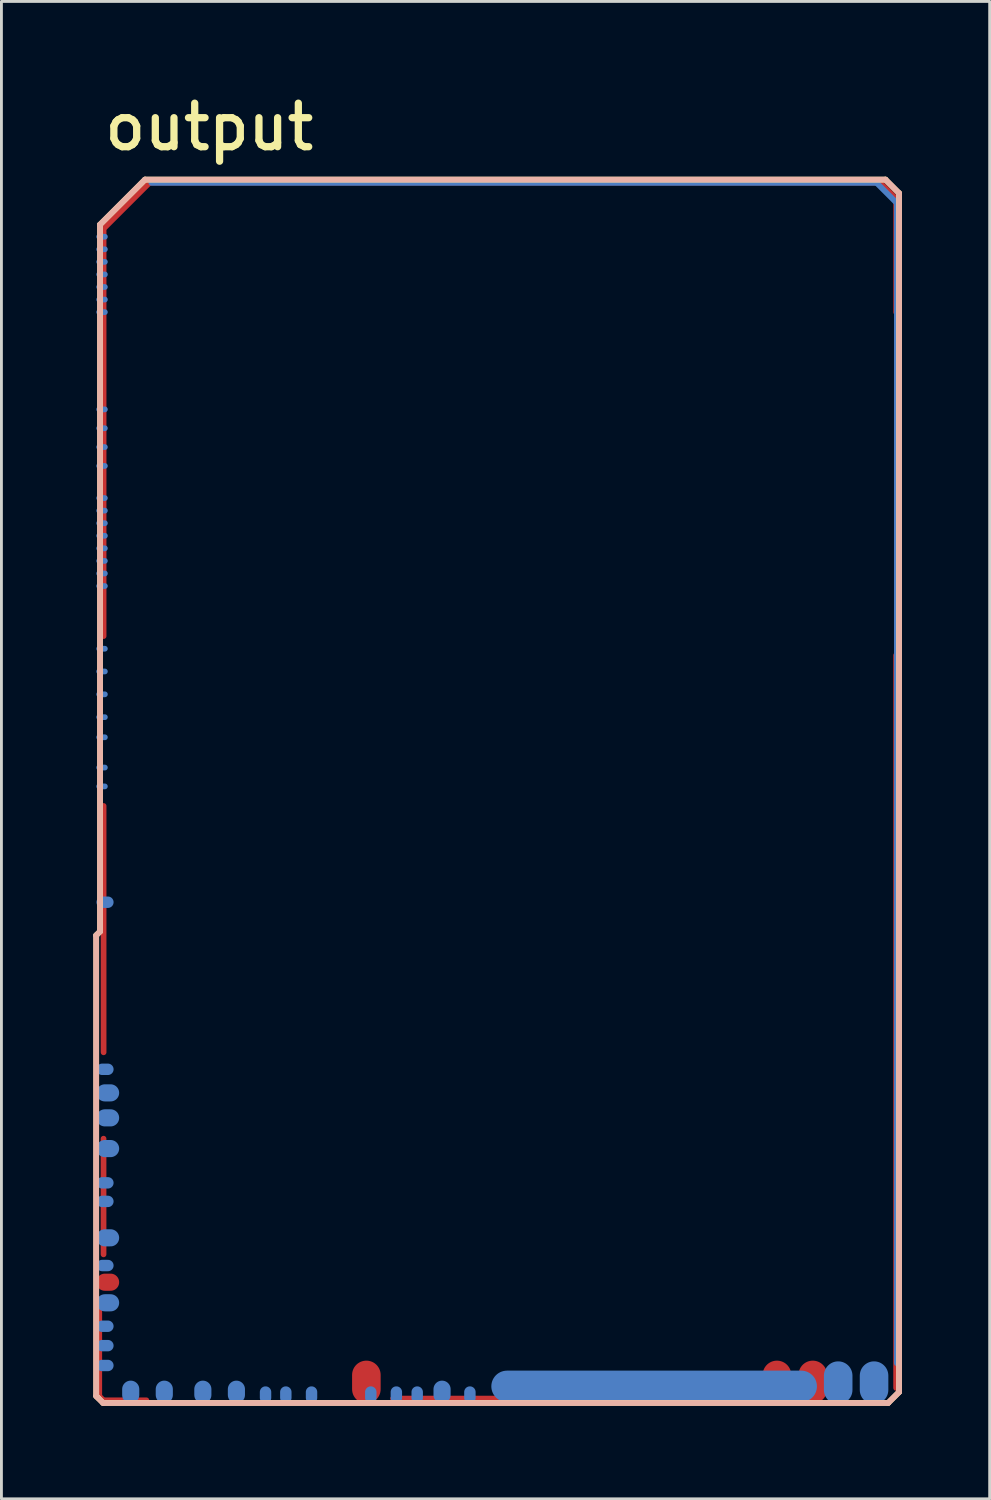
<source format=kicad_pcb>
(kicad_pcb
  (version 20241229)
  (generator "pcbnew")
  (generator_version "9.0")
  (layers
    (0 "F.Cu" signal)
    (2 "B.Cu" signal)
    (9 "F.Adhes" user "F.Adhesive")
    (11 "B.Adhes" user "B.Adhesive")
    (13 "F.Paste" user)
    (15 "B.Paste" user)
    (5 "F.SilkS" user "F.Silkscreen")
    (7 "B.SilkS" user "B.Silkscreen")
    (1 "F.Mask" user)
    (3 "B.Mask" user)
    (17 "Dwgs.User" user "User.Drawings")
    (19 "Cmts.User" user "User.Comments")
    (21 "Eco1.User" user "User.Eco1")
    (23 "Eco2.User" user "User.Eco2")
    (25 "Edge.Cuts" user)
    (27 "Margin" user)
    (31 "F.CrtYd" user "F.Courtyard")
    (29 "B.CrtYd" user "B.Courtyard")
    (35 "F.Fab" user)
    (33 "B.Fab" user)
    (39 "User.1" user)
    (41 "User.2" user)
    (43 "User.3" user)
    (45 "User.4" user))
  (footprint "output"
    (layer "F.Cu")
    (at 0.25 46.177)
    (property "Reference" "output" (at 0.229 -43.891 0) (unlocked yes) (layer "F.SilkS") (effects (font (size 1.524 1.524) (thickness 0.254)) (justify left bottom)))
    (attr through_hole)
    (fp_line (start 0.07 -16.482) (end 0.202 -16.614) (stroke (width 0.2) (type solid)) (layer "F.SilkS"))
    (fp_line (start 0.07 -0.35) (end 0.07 -16.482) (stroke (width 0.2) (type solid)) (layer "F.SilkS"))
    (fp_line (start 0.07 -0.35) (end 0.131 -0.289) (stroke (width 0.2) (type solid)) (layer "F.SilkS"))
    (fp_line (start 0.131 -0.289) (end 0.31 -0.109) (stroke (width 0.2) (type solid)) (layer "F.SilkS"))
    (fp_line (start 0.202 -41.364) (end 1.777 -42.939) (stroke (width 0.2) (type solid)) (layer "F.SilkS"))
    (fp_line (start 0.202 -16.614) (end 0.202 -41.364) (stroke (width 0.2) (type solid)) (layer "F.SilkS"))
    (fp_line (start 0.31 -0.109) (end 27.797 -0.109) (stroke (width 0.2) (type solid)) (layer "F.SilkS"))
    (fp_line (start 1.777 -42.939) (end 27.702 -42.939) (stroke (width 0.2) (type solid)) (layer "F.SilkS"))
    (fp_line (start 27.702 -42.939) (end 28.177 -42.464) (stroke (width 0.2) (type solid)) (layer "F.SilkS"))
    (fp_line (start 27.797 -0.109) (end 28.177 -0.489) (stroke (width 0.2) (type solid)) (layer "F.SilkS"))
    (fp_line (start 28.177 -0.489) (end 28.177 -42.464) (stroke (width 0.2) (type solid)) (layer "F.SilkS"))
    (fp_line (start 0.066 -16.478) (end 0.202 -16.614) (stroke (width 0.2) (type solid)) (layer "B.SilkS"))
    (fp_line (start 0.066 -0.349) (end 0.066 -16.478) (stroke (width 0.2) (type solid)) (layer "B.SilkS"))
    (fp_line (start 0.066 -0.349) (end 0.31 -0.106) (stroke (width 0.2) (type solid)) (layer "B.SilkS"))
    (fp_line (start 0.202 -41.364) (end 1.777 -42.939) (stroke (width 0.2) (type solid)) (layer "B.SilkS"))
    (fp_line (start 0.202 -16.614) (end 0.202 -41.364) (stroke (width 0.2) (type solid)) (layer "B.SilkS"))
    (fp_line (start 0.31 -0.106) (end 27.794 -0.106) (stroke (width 0.2) (type solid)) (layer "B.SilkS"))
    (fp_line (start 1.777 -42.939) (end 27.702 -42.939) (stroke (width 0.2) (type solid)) (layer "B.SilkS"))
    (fp_line (start 27.702 -42.939) (end 28.177 -42.464) (stroke (width 0.2) (type solid)) (layer "B.SilkS"))
    (fp_line (start 27.794 -0.106) (end 28.177 -0.489) (stroke (width 0.2) (type solid)) (layer "B.SilkS"))
    (fp_line (start 28.177 -0.489) (end 28.177 -42.464) (stroke (width 0.2) (type solid)) (layer "B.SilkS"))
    (pad "G" smd oval (at 0.175 -2.025) (size 0.2 3.6) (layers "F.Cu" "F.Paste"))
    (pad "G" smd oval (at 0.245 -0.273 45) (size 0.2 0.3) (layers "F.Cu" "F.Paste"))
    (pad "G" smd oval (at 0.325 -7.335 90) (size 4.25 0.2) (layers "F.Cu" "F.Paste"))
    (pad "G" smd oval (at 0.327 -34.056 90) (size 14.4 0.2) (layers "F.Cu" "F.Paste"))
    (pad "G" smd oval (at 0.327 -16.697 90) (size 8.825 0.2) (layers "F.Cu" "F.Paste"))
    (pad "G" smd oval (at 1.075 -0.2) (size 1.7 0.2) (layers "F.Cu" "F.Paste"))
    (pad "G" smd oval (at 1.135 -42.031 45) (size 2.43 0.2) (layers "F.Cu" "F.Paste"))
    (pad "G" smd oval (at 14.7 -42.835 180) (size 25.7 0.2) (layers "F.Cu" "F.Paste"))
    (pad "G" smd oval (at 14.7 -42.825) (size 25.6 0.2) (layers "B.Cu" "B.Paste"))
    (pad "G" smd oval (at 16.025 -0.26) (size 11.325 0.2) (layers "F.Cu" "F.Paste"))
    (pad "G" smd oval (at 27.745 -42.47 45) (size 0.2 1.2) (layers "B.Cu" "B.Paste"))
    (pad "G" smd oval (at 27.789 -42.551 315) (size 1 0.2) (layers "F.Cu" "F.Paste"))
    (pad "G" smd oval (at 28.075 -13.46 90) (size 25.85 0.2) (layers "F.Cu" "F.Paste"))
    (pad "G" smd oval (at 28.077 -40.271 90) (size 4.15 0.2) (layers "F.Cu" "F.Paste"))
    (pad "G" smd oval (at 28.1 -21.8) (size 0.2 40.8) (layers "B.Cu" "B.Paste"))
    (pad "S1" smd oval (at 27.302 -0.814) (size 1 1.5) (layers "B.Cu" "B.Mask" "B.Paste"))
    (pad "S2" smd oval (at 26.046 -0.814) (size 1 1.5) (layers "B.Cu" "B.Mask" "B.Paste"))
    (pad "S3" smd oval (at 19.602 -0.689) (size 11.4 1.1) (layers "B.Cu" "B.Mask" "B.Paste"))
    (pad "S4" smd oval (at 25.157 -0.839) (size 1 1.5) (layers "F.Cu" "F.Mask" "F.Paste"))
    (pad "S5" smd oval (at 23.902 -0.839) (size 1 1.5) (layers "F.Cu" "F.Mask" "F.Paste"))
    (pad "S6" smd oval (at 13.152 -0.389) (size 0.4 0.6) (layers "B.Cu" "B.Mask" "B.Paste"))
    (pad "S7" smd oval (at 12.177 -0.489) (size 0.6 0.8) (layers "B.Cu" "B.Mask" "B.Paste"))
    (pad "S8" smd oval (at 11.307 -0.389) (size 0.4 0.6) (layers "B.Cu" "B.Mask" "B.Paste"))
    (pad "S9" smd oval (at 10.577 -0.389) (size 0.4 0.6) (layers "B.Cu" "B.Mask" "B.Paste"))
    (pad "S10" smd oval (at 9.682 -0.389) (size 0.4 0.6) (layers "B.Cu" "B.Mask" "B.Paste"))
    (pad "S11" smd oval (at 9.527 -0.839) (size 1 1.5) (layers "F.Cu" "F.Mask" "F.Paste"))
    (pad "S12" smd oval (at 7.607 -0.389) (size 0.4 0.6) (layers "B.Cu" "B.Mask" "B.Paste"))
    (pad "S13" smd oval (at 6.707 -0.389) (size 0.4 0.6) (layers "B.Cu" "B.Mask" "B.Paste"))
    (pad "S14" smd oval (at 5.997 -0.389) (size 0.4 0.6) (layers "B.Cu" "B.Mask" "B.Paste"))
    (pad "S15" smd oval (at 4.977 -0.489) (size 0.6 0.8) (layers "B.Cu" "B.Mask" "B.Paste"))
    (pad "S16" smd oval (at 3.802 -0.489) (size 0.6 0.8) (layers "B.Cu" "B.Mask" "B.Paste"))
    (pad "S17" smd oval (at 2.452 -0.489) (size 0.6 0.8) (layers "B.Cu" "B.Mask" "B.Paste"))
    (pad "S18" smd oval (at 1.277 -0.489) (size 0.6 0.8) (layers "B.Cu" "B.Mask" "B.Paste"))
    (pad "W1" smd oval (at 0.377 -1.419 90) (size 0.4 0.6) (layers "B.Cu" "B.Mask" "B.Paste"))
    (pad "W2" smd oval (at 0.377 -2.114 90) (size 0.4 0.6) (layers "B.Cu" "B.Mask" "B.Paste"))
    (pad "W3" smd oval (at 0.377 -2.794 90) (size 0.4 0.6) (layers "B.Cu" "B.Mask" "B.Paste"))
    (pad "W4" smd oval (at 0.472 -3.614 90) (size 0.6 0.8) (layers "B.Cu" "B.Mask" "B.Paste"))
    (pad "W5" smd oval (at 0.472 -4.335 90) (size 0.6 0.8) (layers "F.Cu" "F.Mask" "F.Paste"))
    (pad "W6" smd oval (at 0.377 -4.919 90) (size 0.4 0.6) (layers "B.Cu" "B.Mask" "B.Paste"))
    (pad "W7" smd oval (at 0.472 -5.889 90) (size 0.6 0.8) (layers "B.Cu" "B.Mask" "B.Paste"))
    (pad "W8" smd oval (at 0.377 -7.164 90) (size 0.4 0.6) (layers "B.Cu" "B.Mask" "B.Paste"))
    (pad "W9" smd oval (at 0.377 -7.814 90) (size 0.4 0.6) (layers "B.Cu" "B.Mask" "B.Paste"))
    (pad "W10" smd oval (at 0.472 -9.014 90) (size 0.6 0.8) (layers "B.Cu" "B.Mask" "B.Paste"))
    (pad "W11" smd oval (at 0.472 -10.089 90) (size 0.6 0.8) (layers "B.Cu" "B.Mask" "B.Paste"))
    (pad "W12" smd oval (at 0.472 -10.964 90) (size 0.6 0.8) (layers "B.Cu" "B.Mask" "B.Paste"))
    (pad "W13" smd oval (at 0.377 -11.789 90) (size 0.4 0.6) (layers "B.Cu" "B.Mask" "B.Paste"))
    (pad "W14" smd oval (at 0.377 -17.639 90) (size 0.4 0.6) (layers "B.Cu" "B.Mask" "B.Paste"))
    (pad "W15" smd oval (at 0.272 -21.694 90) (size 0.2 0.4) (layers "B.Cu" "B.Mask" "B.Paste"))
    (pad "W16" smd oval (at 0.272 -22.354 90) (size 0.2 0.4) (layers "B.Cu" "B.Mask" "B.Paste"))
    (pad "W17" smd oval (at 0.272 -23.414 90) (size 0.2 0.4) (layers "B.Cu" "B.Mask" "B.Paste"))
    (pad "W18" smd oval (at 0.272 -24.118 90) (size 0.2 0.4) (layers "B.Cu" "B.Mask" "B.Paste"))
    (pad "W19" smd oval (at 0.272 -24.918 90) (size 0.2 0.4) (layers "B.Cu" "B.Mask" "B.Paste"))
    (pad "W20" smd oval (at 0.272 -25.718 90) (size 0.2 0.4) (layers "B.Cu" "B.Mask" "B.Paste"))
    (pad "W21" smd oval (at 0.272 -26.514 90) (size 0.2 0.4) (layers "B.Cu" "B.Mask" "B.Paste"))
    (pad "W22" smd oval (at 0.272 -28.709 90) (size 0.2 0.4) (layers "B.Cu" "B.Mask" "B.Paste"))
    (pad "W23" smd oval (at 0.272 -29.149 90) (size 0.2 0.4) (layers "B.Cu" "B.Mask" "B.Paste"))
    (pad "W24" smd oval (at 0.272 -29.589 90) (size 0.2 0.4) (layers "B.Cu" "B.Mask" "B.Paste"))
    (pad "W25" smd oval (at 0.272 -30.029 90) (size 0.2 0.4) (layers "B.Cu" "B.Mask" "B.Paste"))
    (pad "W26" smd oval (at 0.272 -30.469 90) (size 0.2 0.4) (layers "B.Cu" "B.Mask" "B.Paste"))
    (pad "W27" smd oval (at 0.272 -30.909 90) (size 0.2 0.4) (layers "B.Cu" "B.Mask" "B.Paste"))
    (pad "W28" smd oval (at 0.272 -31.349 90) (size 0.2 0.4) (layers "B.Cu" "B.Mask" "B.Paste"))
    (pad "W29" smd oval (at 0.272 -31.789 90) (size 0.2 0.4) (layers "B.Cu" "B.Mask" "B.Paste"))
    (pad "W30" smd oval (at 0.272 -32.914 90) (size 0.2 0.4) (layers "B.Cu" "B.Mask" "B.Paste"))
    (pad "W31" smd oval (at 0.272 -33.574 90) (size 0.2 0.4) (layers "B.Cu" "B.Mask" "B.Paste"))
    (pad "W32" smd oval (at 0.272 -34.234 90) (size 0.2 0.4) (layers "B.Cu" "B.Mask" "B.Paste"))
    (pad "W33" smd oval (at 0.272 -34.894 90) (size 0.2 0.4) (layers "B.Cu" "B.Mask" "B.Paste"))
    (pad "W34" smd oval (at 0.272 -38.299 90) (size 0.2 0.4) (layers "B.Cu" "B.Mask" "B.Paste"))
    (pad "W35" smd oval (at 0.272 -38.739 90) (size 0.2 0.4) (layers "B.Cu" "B.Mask" "B.Paste"))
    (pad "W36" smd oval (at 0.272 -39.179 90) (size 0.2 0.4) (layers "B.Cu" "B.Mask" "B.Paste"))
    (pad "W37" smd oval (at 0.272 -39.619 90) (size 0.2 0.4) (layers "B.Cu" "B.Mask" "B.Paste"))
    (pad "W38" smd oval (at 0.272 -40.059 90) (size 0.2 0.4) (layers "B.Cu" "B.Mask" "B.Paste"))
    (pad "W39" smd oval (at 0.272 -40.499 90) (size 0.2 0.4) (layers "B.Cu" "B.Mask" "B.Paste"))
    (pad "W40" smd oval (at 0.272 -40.939 90) (size 0.2 0.4) (layers "B.Cu" "B.Mask" "B.Paste"))
    (zone (net_name "") (layer "F.Cu") (hatch edge 0.2) (connect_pads) (min_thickness 0.254) (filled_areas_thickness no) (keepout (tracks allowed) (vias allowed) (pads allowed) (copperpour not_allowed) (footprints allowed)) (placement (enabled no)) (fill) (polygon (pts (xy 0.425 45.835) (xy 0.425 42.427) (xy 0.225 42.227) (xy 0.225 41.292) (xy 0.6 40.917) (xy 0.6 36.802) (xy 0.55 36.752) (xy 0.3 36.752) (xy 0.3 33.902) (xy 0.375 33.827) (xy 0.6 33.827) (xy 0.6 25.127) (xy 0.425 24.952) (xy 0.425 19.352) (xy 0.525 19.252) (xy 0.6 19.252) (xy 0.609 4.915) (xy 2.204 3.319) (xy 27.735 3.319) (xy 27.735 3.348) (xy 28.337 3.95) (xy 28.337 7.967) (xy 28.6 8.217) (xy 28.597 19.767) (xy 28.485 19.767) (xy 28.325 19.927) (xy 28.325 45.517) (xy 28.222 45.517) (xy 28.222 46.242) (xy 21.9 46.242) (xy 21.618 45.961) (xy 21.618 45.914) (xy 10.713 45.914) (xy 10.5 46.127) (xy 10.5 46.177) (xy 2.125 46.177) (xy 2.075 46.127) (xy 2.075 45.977) (xy 0.567 45.977))))
    (zone (net_name "") (layer "B.Cu") (hatch edge 0.2) (connect_pads) (min_thickness 0.254) (filled_areas_thickness no) (keepout (tracks allowed) (vias allowed) (pads allowed) (copperpour not_allowed) (footprints allowed)) (placement (enabled no)) (fill) (polygon (pts (xy 0.575 46.377) (xy 0.225 46.027) (xy 0.225 29.752) (xy 0.3 29.677) (xy 0.3 4.752) (xy 2 3.052) (xy 2.229 3.35) (xy 27.638 3.35) (xy 28.364 4.076) (xy 28.364 44.669) (xy 28.52 44.834) (xy 28.52 45.662) (xy 28.054 46.212) (xy 25.742 46.205) (xy 25.34 45.567) (xy 14.505 45.567) (xy 13.695 46.377)))))
  (gr_rect
    (start -3 -3)
    (end 31.6 49.427)
    (stroke (width 0.1) (type default))
    (fill no)
    (layer "Edge.Cuts")))
</source>
